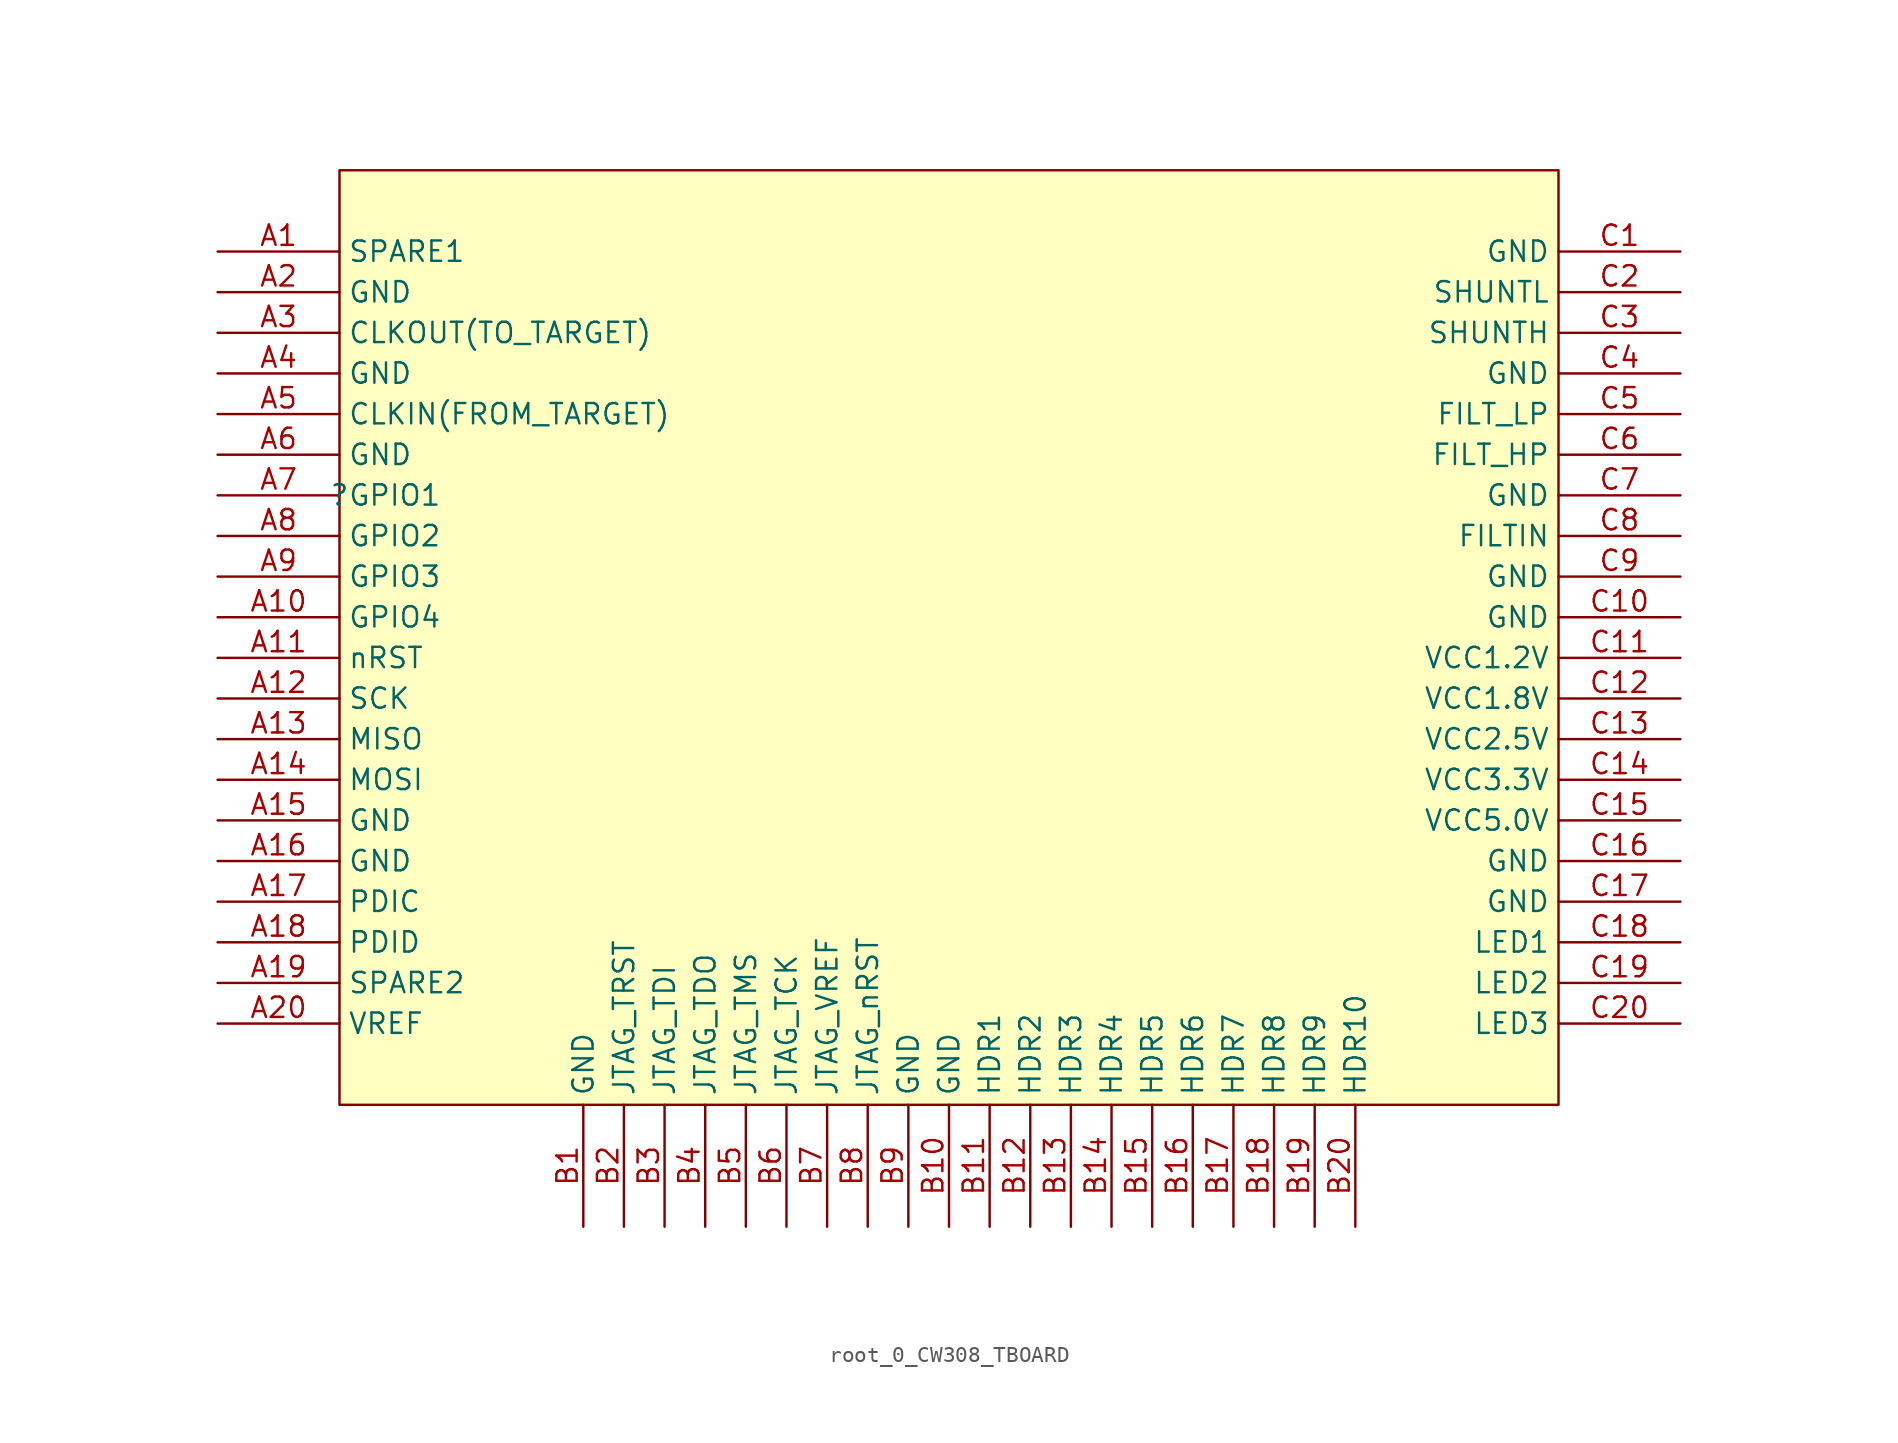
<source format=kicad_sym>
(kicad_symbol_lib
  (version 20220914)
  (generator kicad_symbol_editor)
  (symbol "root_0_CW308_TBOARD"
    (property "Reference" ""
      (at 0 0 0)
      (effects (font (size 1.27 1.27))))
    (property "Value" ""
      (at 0 0 0)
      (effects (font (size 1.27 1.27))))
    (symbol "root_0_CW308_TBOARD_1_0"
      (rectangle (start 76.2 20.32) (end 0 -38.1) (stroke (width 0) (type solid)) (fill (type background)))
      (pin passive line (at -7.62 15.24 0) (length 7.62) (name "SPARE1" (effects (font (size 1.27 1.27)))) (number "A1" (effects (font (size 1.27 1.27)))))
      (pin bidirectional line (at -7.62 -7.62 0) (length 7.62) (name "GPIO4" (effects (font (size 1.27 1.27)))) (number "A10" (effects (font (size 1.27 1.27)))))
      (pin bidirectional line (at -7.62 -10.16 0) (length 7.62) (name "nRST" (effects (font (size 1.27 1.27)))) (number "A11" (effects (font (size 1.27 1.27)))))
      (pin bidirectional line (at -7.62 -12.7 0) (length 7.62) (name "SCK" (effects (font (size 1.27 1.27)))) (number "A12" (effects (font (size 1.27 1.27)))))
      (pin bidirectional line (at -7.62 -15.24 0) (length 7.62) (name "MISO" (effects (font (size 1.27 1.27)))) (number "A13" (effects (font (size 1.27 1.27)))))
      (pin bidirectional line (at -7.62 -17.78 0) (length 7.62) (name "MOSI" (effects (font (size 1.27 1.27)))) (number "A14" (effects (font (size 1.27 1.27)))))
      (pin passive line (at -7.62 -20.32 0) (length 7.62) (name "GND" (effects (font (size 1.27 1.27)))) (number "A15" (effects (font (size 1.27 1.27)))))
      (pin passive line (at -7.62 -22.86 0) (length 7.62) (name "GND" (effects (font (size 1.27 1.27)))) (number "A16" (effects (font (size 1.27 1.27)))))
      (pin bidirectional line (at -7.62 -25.4 0) (length 7.62) (name "PDIC" (effects (font (size 1.27 1.27)))) (number "A17" (effects (font (size 1.27 1.27)))))
      (pin bidirectional line (at -7.62 -27.94 0) (length 7.62) (name "PDID" (effects (font (size 1.27 1.27)))) (number "A18" (effects (font (size 1.27 1.27)))))
      (pin passive line (at -7.62 -30.48 0) (length 7.62) (name "SPARE2" (effects (font (size 1.27 1.27)))) (number "A19" (effects (font (size 1.27 1.27)))))
      (pin passive line (at -7.62 12.7 0) (length 7.62) (name "GND" (effects (font (size 1.27 1.27)))) (number "A2" (effects (font (size 1.27 1.27)))))
      (pin tri_state line (at -7.62 -33.02 0) (length 7.62) (name "VREF" (effects (font (size 1.27 1.27)))) (number "A20" (effects (font (size 1.27 1.27)))))
      (pin output line (at -7.62 10.16 0) (length 7.62) (name "CLKOUT(TO_TARGET)" (effects (font (size 1.27 1.27)))) (number "A3" (effects (font (size 1.27 1.27)))))
      (pin passive line (at -7.62 7.62 0) (length 7.62) (name "GND" (effects (font (size 1.27 1.27)))) (number "A4" (effects (font (size 1.27 1.27)))))
      (pin input line (at -7.62 5.08 0) (length 7.62) (name "CLKIN(FROM_TARGET)" (effects (font (size 1.27 1.27)))) (number "A5" (effects (font (size 1.27 1.27)))))
      (pin power_in line (at -7.62 2.54 0) (length 7.62) (name "GND" (effects (font (size 1.27 1.27)))) (number "A6" (effects (font (size 1.27 1.27)))))
      (pin bidirectional line (at -7.62 0 0) (length 7.62) (name "GPIO1" (effects (font (size 1.27 1.27)))) (number "A7" (effects (font (size 1.27 1.27)))))
      (pin bidirectional line (at -7.62 -2.54 0) (length 7.62) (name "GPIO2" (effects (font (size 1.27 1.27)))) (number "A8" (effects (font (size 1.27 1.27)))))
      (pin bidirectional line (at -7.62 -5.08 0) (length 7.62) (name "GPIO3" (effects (font (size 1.27 1.27)))) (number "A9" (effects (font (size 1.27 1.27)))))
      (pin passive line (at 15.24 -45.72 90) (length 7.62) (name "GND" (effects (font (size 1.27 1.27)))) (number "B1" (effects (font (size 1.27 1.27)))))
      (pin passive line (at 38.1 -45.72 90) (length 7.62) (name "GND" (effects (font (size 1.27 1.27)))) (number "B10" (effects (font (size 1.27 1.27)))))
      (pin passive line (at 40.64 -45.72 90) (length 7.62) (name "HDR1" (effects (font (size 1.27 1.27)))) (number "B11" (effects (font (size 1.27 1.27)))))
      (pin passive line (at 43.18 -45.72 90) (length 7.62) (name "HDR2" (effects (font (size 1.27 1.27)))) (number "B12" (effects (font (size 1.27 1.27)))))
      (pin passive line (at 45.72 -45.72 90) (length 7.62) (name "HDR3" (effects (font (size 1.27 1.27)))) (number "B13" (effects (font (size 1.27 1.27)))))
      (pin passive line (at 48.26 -45.72 90) (length 7.62) (name "HDR4" (effects (font (size 1.27 1.27)))) (number "B14" (effects (font (size 1.27 1.27)))))
      (pin passive line (at 50.8 -45.72 90) (length 7.62) (name "HDR5" (effects (font (size 1.27 1.27)))) (number "B15" (effects (font (size 1.27 1.27)))))
      (pin passive line (at 53.34 -45.72 90) (length 7.62) (name "HDR6" (effects (font (size 1.27 1.27)))) (number "B16" (effects (font (size 1.27 1.27)))))
      (pin passive line (at 55.88 -45.72 90) (length 7.62) (name "HDR7" (effects (font (size 1.27 1.27)))) (number "B17" (effects (font (size 1.27 1.27)))))
      (pin passive line (at 58.42 -45.72 90) (length 7.62) (name "HDR8" (effects (font (size 1.27 1.27)))) (number "B18" (effects (font (size 1.27 1.27)))))
      (pin passive line (at 60.96 -45.72 90) (length 7.62) (name "HDR9" (effects (font (size 1.27 1.27)))) (number "B19" (effects (font (size 1.27 1.27)))))
      (pin output line (at 17.78 -45.72 90) (length 7.62) (name "JTAG_TRST" (effects (font (size 1.27 1.27)))) (number "B2" (effects (font (size 1.27 1.27)))))
      (pin passive line (at 63.5 -45.72 90) (length 7.62) (name "HDR10" (effects (font (size 1.27 1.27)))) (number "B20" (effects (font (size 1.27 1.27)))))
      (pin output line (at 20.32 -45.72 90) (length 7.62) (name "JTAG_TDI" (effects (font (size 1.27 1.27)))) (number "B3" (effects (font (size 1.27 1.27)))))
      (pin input line (at 22.86 -45.72 90) (length 7.62) (name "JTAG_TDO" (effects (font (size 1.27 1.27)))) (number "B4" (effects (font (size 1.27 1.27)))))
      (pin output line (at 25.4 -45.72 90) (length 7.62) (name "JTAG_TMS" (effects (font (size 1.27 1.27)))) (number "B5" (effects (font (size 1.27 1.27)))))
      (pin output line (at 27.94 -45.72 90) (length 7.62) (name "JTAG_TCK" (effects (font (size 1.27 1.27)))) (number "B6" (effects (font (size 1.27 1.27)))))
      (pin tri_state line (at 30.48 -45.72 90) (length 7.62) (name "JTAG_VREF" (effects (font (size 1.27 1.27)))) (number "B7" (effects (font (size 1.27 1.27)))))
      (pin output line (at 33.02 -45.72 90) (length 7.62) (name "JTAG_nRST" (effects (font (size 1.27 1.27)))) (number "B8" (effects (font (size 1.27 1.27)))))
      (pin passive line (at 35.56 -45.72 90) (length 7.62) (name "GND" (effects (font (size 1.27 1.27)))) (number "B9" (effects (font (size 1.27 1.27)))))
      (pin power_in line (at 83.82 15.24 180) (length 7.62) (name "GND" (effects (font (size 1.27 1.27)))) (number "C1" (effects (font (size 1.27 1.27)))))
      (pin power_in line (at 83.82 -7.62 180) (length 7.62) (name "GND" (effects (font (size 1.27 1.27)))) (number "C10" (effects (font (size 1.27 1.27)))))
      (pin power_in line (at 83.82 -10.16 180) (length 7.62) (name "VCC1.2V" (effects (font (size 1.27 1.27)))) (number "C11" (effects (font (size 1.27 1.27)))))
      (pin power_in line (at 83.82 -12.7 180) (length 7.62) (name "VCC1.8V" (effects (font (size 1.27 1.27)))) (number "C12" (effects (font (size 1.27 1.27)))))
      (pin power_in line (at 83.82 -15.24 180) (length 7.62) (name "VCC2.5V" (effects (font (size 1.27 1.27)))) (number "C13" (effects (font (size 1.27 1.27)))))
      (pin power_in line (at 83.82 -17.78 180) (length 7.62) (name "VCC3.3V" (effects (font (size 1.27 1.27)))) (number "C14" (effects (font (size 1.27 1.27)))))
      (pin power_in line (at 83.82 -20.32 180) (length 7.62) (name "VCC5.0V" (effects (font (size 1.27 1.27)))) (number "C15" (effects (font (size 1.27 1.27)))))
      (pin power_in line (at 83.82 -22.86 180) (length 7.62) (name "GND" (effects (font (size 1.27 1.27)))) (number "C16" (effects (font (size 1.27 1.27)))))
      (pin power_in line (at 83.82 -25.4 180) (length 7.62) (name "GND" (effects (font (size 1.27 1.27)))) (number "C17" (effects (font (size 1.27 1.27)))))
      (pin input line (at 83.82 -27.94 180) (length 7.62) (name "LED1" (effects (font (size 1.27 1.27)))) (number "C18" (effects (font (size 1.27 1.27)))))
      (pin input line (at 83.82 -30.48 180) (length 7.62) (name "LED2" (effects (font (size 1.27 1.27)))) (number "C19" (effects (font (size 1.27 1.27)))))
      (pin passive line (at 83.82 12.7 180) (length 7.62) (name "SHUNTL" (effects (font (size 1.27 1.27)))) (number "C2" (effects (font (size 1.27 1.27)))))
      (pin input line (at 83.82 -33.02 180) (length 7.62) (name "LED3" (effects (font (size 1.27 1.27)))) (number "C20" (effects (font (size 1.27 1.27)))))
      (pin passive line (at 83.82 10.16 180) (length 7.62) (name "SHUNTH" (effects (font (size 1.27 1.27)))) (number "C3" (effects (font (size 1.27 1.27)))))
      (pin power_in line (at 83.82 7.62 180) (length 7.62) (name "GND" (effects (font (size 1.27 1.27)))) (number "C4" (effects (font (size 1.27 1.27)))))
      (pin passive line (at 83.82 5.08 180) (length 7.62) (name "FILT_LP" (effects (font (size 1.27 1.27)))) (number "C5" (effects (font (size 1.27 1.27)))))
      (pin passive line (at 83.82 2.54 180) (length 7.62) (name "FILT_HP" (effects (font (size 1.27 1.27)))) (number "C6" (effects (font (size 1.27 1.27)))))
      (pin power_in line (at 83.82 0 180) (length 7.62) (name "GND" (effects (font (size 1.27 1.27)))) (number "C7" (effects (font (size 1.27 1.27)))))
      (pin passive line (at 83.82 -2.54 180) (length 7.62) (name "FILTIN" (effects (font (size 1.27 1.27)))) (number "C8" (effects (font (size 1.27 1.27)))))
      (pin power_in line (at 83.82 -5.08 180) (length 7.62) (name "GND" (effects (font (size 1.27 1.27)))) (number "C9" (effects (font (size 1.27 1.27))))))))
</source>
